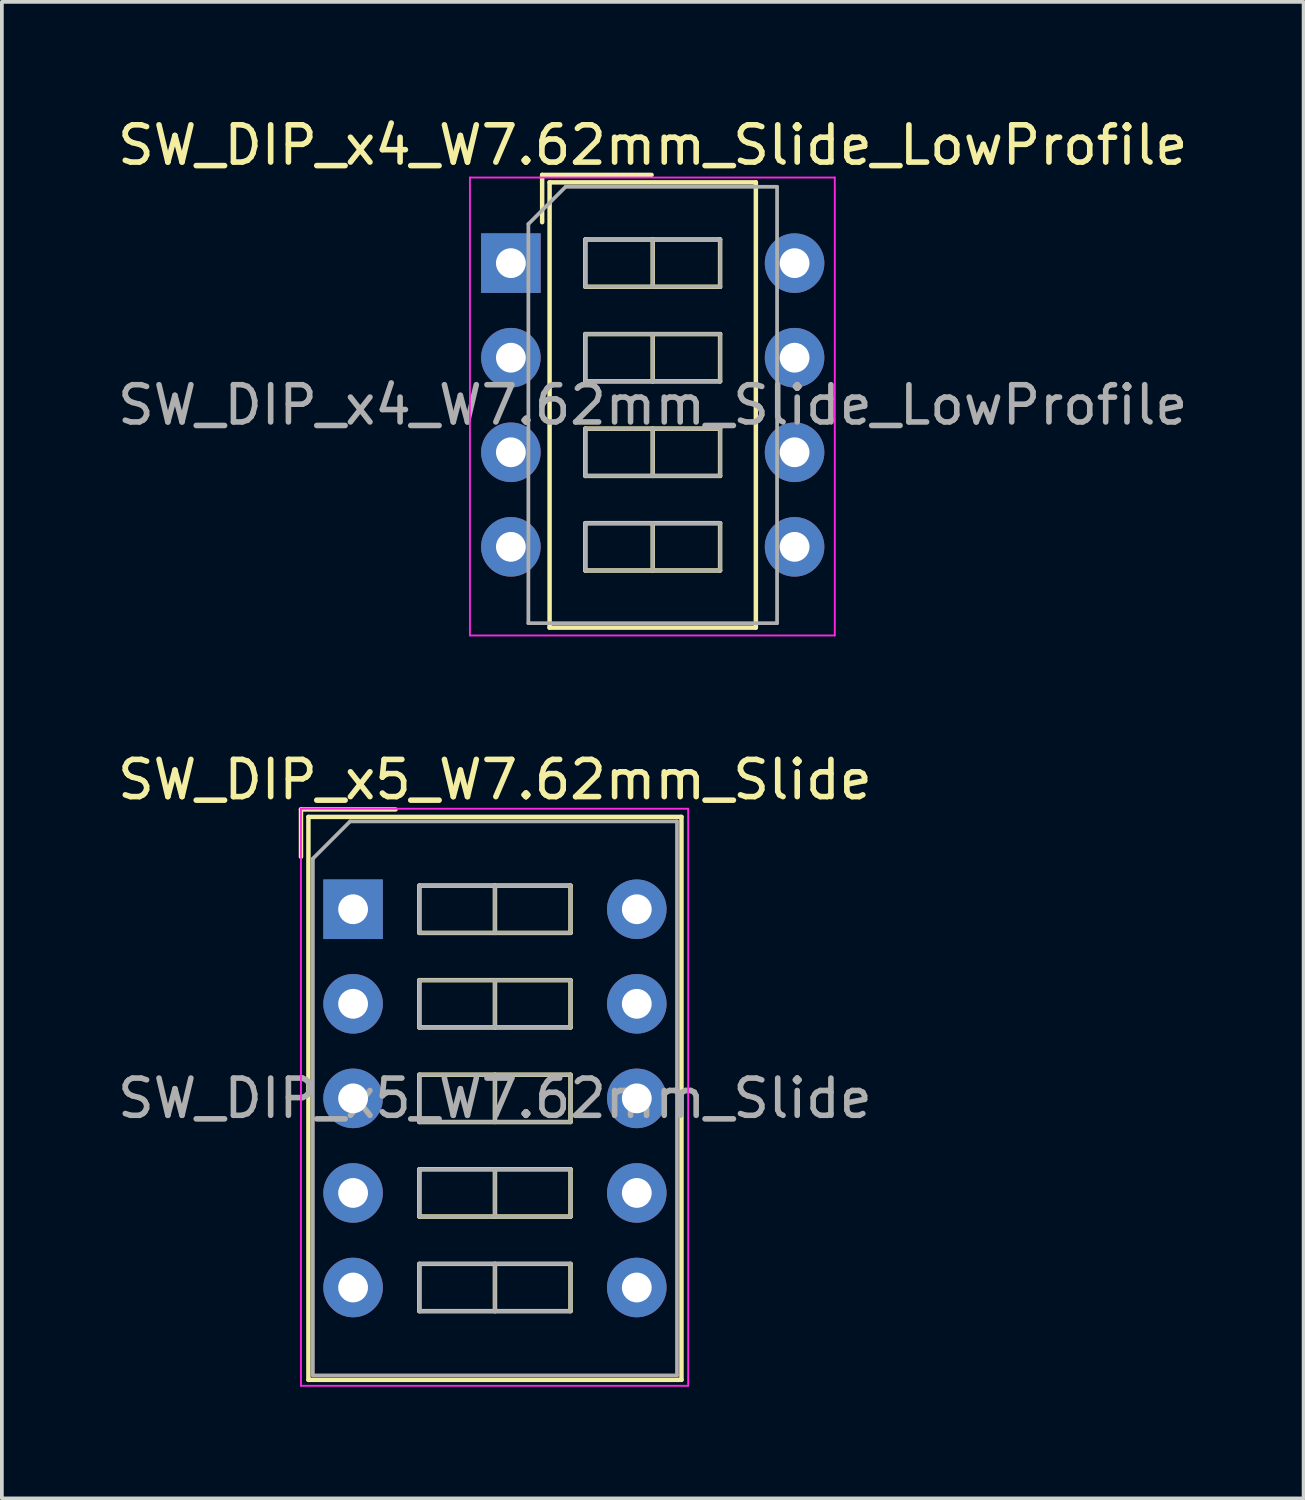
<source format=kicad_pcb>
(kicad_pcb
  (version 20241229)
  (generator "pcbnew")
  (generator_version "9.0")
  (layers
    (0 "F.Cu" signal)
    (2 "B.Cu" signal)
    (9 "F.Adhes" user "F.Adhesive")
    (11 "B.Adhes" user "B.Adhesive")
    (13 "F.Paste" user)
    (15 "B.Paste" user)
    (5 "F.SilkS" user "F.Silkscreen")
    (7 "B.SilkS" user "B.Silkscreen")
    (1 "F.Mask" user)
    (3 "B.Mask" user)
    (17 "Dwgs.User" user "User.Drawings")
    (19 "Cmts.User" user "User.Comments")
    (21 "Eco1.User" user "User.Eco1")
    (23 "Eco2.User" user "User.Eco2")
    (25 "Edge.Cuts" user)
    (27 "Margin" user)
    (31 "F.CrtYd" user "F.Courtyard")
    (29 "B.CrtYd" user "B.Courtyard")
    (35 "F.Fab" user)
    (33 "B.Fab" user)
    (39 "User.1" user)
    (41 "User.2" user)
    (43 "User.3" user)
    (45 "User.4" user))
  (footprint "SW_DIP_x4_W7.62mm_Slide_LowProfile"
    (layer "F.Cu")
    (at 10.672 4.018)
    (property "Reference" "SW_DIP_x4_W7.62mm_Slide_LowProfile" (at 3.81 -3.17 0) (layer "F.SilkS") (effects (font (size 1 1) (thickness 0.15))))
    (attr through_hole)
    (fp_line (start 0.84 -2.37) (end 0.84 -1.1) (stroke (width 0.12) (type solid)) (layer "F.SilkS"))
    (fp_line (start 0.84 -2.37) (end 3.78 -2.37) (stroke (width 0.12) (type solid)) (layer "F.SilkS"))
    (fp_line (start 1.04 -2.17) (end 6.58 -2.17) (stroke (width 0.12) (type solid)) (layer "F.SilkS"))
    (fp_line (start 1.04 9.79) (end 1.04 -2.17) (stroke (width 0.12) (type solid)) (layer "F.SilkS"))
    (fp_line (start 2 -0.635) (end 2 0.635) (stroke (width 0.12) (type solid)) (layer "F.SilkS"))
    (fp_line (start 2 0.635) (end 5.62 0.635) (stroke (width 0.12) (type solid)) (layer "F.SilkS"))
    (fp_line (start 2 1.905) (end 2 3.175) (stroke (width 0.12) (type solid)) (layer "F.SilkS"))
    (fp_line (start 2 3.175) (end 5.62 3.175) (stroke (width 0.12) (type solid)) (layer "F.SilkS"))
    (fp_line (start 2 4.445) (end 2 5.715) (stroke (width 0.12) (type solid)) (layer "F.SilkS"))
    (fp_line (start 2 5.715) (end 5.62 5.715) (stroke (width 0.12) (type solid)) (layer "F.SilkS"))
    (fp_line (start 2 6.985) (end 2 8.255) (stroke (width 0.12) (type solid)) (layer "F.SilkS"))
    (fp_line (start 2 8.255) (end 5.62 8.255) (stroke (width 0.12) (type solid)) (layer "F.SilkS"))
    (fp_line (start 3.81 -0.635) (end 3.81 0.635) (stroke (width 0.12) (type solid)) (layer "F.SilkS"))
    (fp_line (start 3.81 1.905) (end 3.81 3.175) (stroke (width 0.12) (type solid)) (layer "F.SilkS"))
    (fp_line (start 3.81 4.445) (end 3.81 5.715) (stroke (width 0.12) (type solid)) (layer "F.SilkS"))
    (fp_line (start 3.81 6.985) (end 3.81 8.255) (stroke (width 0.12) (type solid)) (layer "F.SilkS"))
    (fp_line (start 5.62 -0.635) (end 2 -0.635) (stroke (width 0.12) (type solid)) (layer "F.SilkS"))
    (fp_line (start 5.62 0.635) (end 5.62 -0.635) (stroke (width 0.12) (type solid)) (layer "F.SilkS"))
    (fp_line (start 5.62 1.905) (end 2 1.905) (stroke (width 0.12) (type solid)) (layer "F.SilkS"))
    (fp_line (start 5.62 3.175) (end 5.62 1.905) (stroke (width 0.12) (type solid)) (layer "F.SilkS"))
    (fp_line (start 5.62 4.445) (end 2 4.445) (stroke (width 0.12) (type solid)) (layer "F.SilkS"))
    (fp_line (start 5.62 5.715) (end 5.62 4.445) (stroke (width 0.12) (type solid)) (layer "F.SilkS"))
    (fp_line (start 5.62 6.985) (end 2 6.985) (stroke (width 0.12) (type solid)) (layer "F.SilkS"))
    (fp_line (start 5.62 8.255) (end 5.62 6.985) (stroke (width 0.12) (type solid)) (layer "F.SilkS"))
    (fp_line (start 6.58 -2.17) (end 6.58 9.79) (stroke (width 0.12) (type solid)) (layer "F.SilkS"))
    (fp_line (start 6.58 9.79) (end 1.04 9.79) (stroke (width 0.12) (type solid)) (layer "F.SilkS"))
    (fp_line (start -1.1 -2.3) (end -1.1 10) (stroke (width 0.05) (type solid)) (layer "F.CrtYd"))
    (fp_line (start -1.1 10) (end 8.7 10) (stroke (width 0.05) (type solid)) (layer "F.CrtYd"))
    (fp_line (start 8.7 -2.3) (end -1.1 -2.3) (stroke (width 0.05) (type solid)) (layer "F.CrtYd"))
    (fp_line (start 8.7 10) (end 8.7 -2.3) (stroke (width 0.05) (type solid)) (layer "F.CrtYd"))
    (fp_line (start 0.47 -1.05) (end 1.47 -2.05) (stroke (width 0.1) (type solid)) (layer "F.Fab"))
    (fp_line (start 0.47 9.67) (end 0.47 -1.05) (stroke (width 0.1) (type solid)) (layer "F.Fab"))
    (fp_line (start 1.47 -2.05) (end 7.15 -2.05) (stroke (width 0.1) (type solid)) (layer "F.Fab"))
    (fp_line (start 2 -0.635) (end 2 0.635) (stroke (width 0.1) (type solid)) (layer "F.Fab"))
    (fp_line (start 2 0.635) (end 5.62 0.635) (stroke (width 0.1) (type solid)) (layer "F.Fab"))
    (fp_line (start 2 1.905) (end 2 3.175) (stroke (width 0.1) (type solid)) (layer "F.Fab"))
    (fp_line (start 2 3.175) (end 5.62 3.175) (stroke (width 0.1) (type solid)) (layer "F.Fab"))
    (fp_line (start 2 4.445) (end 2 5.715) (stroke (width 0.1) (type solid)) (layer "F.Fab"))
    (fp_line (start 2 5.715) (end 5.62 5.715) (stroke (width 0.1) (type solid)) (layer "F.Fab"))
    (fp_line (start 2 6.985) (end 2 8.255) (stroke (width 0.1) (type solid)) (layer "F.Fab"))
    (fp_line (start 2 8.255) (end 5.62 8.255) (stroke (width 0.1) (type solid)) (layer "F.Fab"))
    (fp_line (start 3.81 -0.635) (end 3.81 0.635) (stroke (width 0.1) (type solid)) (layer "F.Fab"))
    (fp_line (start 3.81 1.905) (end 3.81 3.175) (stroke (width 0.1) (type solid)) (layer "F.Fab"))
    (fp_line (start 3.81 4.445) (end 3.81 5.715) (stroke (width 0.1) (type solid)) (layer "F.Fab"))
    (fp_line (start 3.81 6.985) (end 3.81 8.255) (stroke (width 0.1) (type solid)) (layer "F.Fab"))
    (fp_line (start 5.62 -0.635) (end 2 -0.635) (stroke (width 0.1) (type solid)) (layer "F.Fab"))
    (fp_line (start 5.62 0.635) (end 5.62 -0.635) (stroke (width 0.1) (type solid)) (layer "F.Fab"))
    (fp_line (start 5.62 1.905) (end 2 1.905) (stroke (width 0.1) (type solid)) (layer "F.Fab"))
    (fp_line (start 5.62 3.175) (end 5.62 1.905) (stroke (width 0.1) (type solid)) (layer "F.Fab"))
    (fp_line (start 5.62 4.445) (end 2 4.445) (stroke (width 0.1) (type solid)) (layer "F.Fab"))
    (fp_line (start 5.62 5.715) (end 5.62 4.445) (stroke (width 0.1) (type solid)) (layer "F.Fab"))
    (fp_line (start 5.62 6.985) (end 2 6.985) (stroke (width 0.1) (type solid)) (layer "F.Fab"))
    (fp_line (start 5.62 8.255) (end 5.62 6.985) (stroke (width 0.1) (type solid)) (layer "F.Fab"))
    (fp_line (start 7.15 -2.05) (end 7.15 9.67) (stroke (width 0.1) (type solid)) (layer "F.Fab"))
    (fp_line (start 7.15 9.67) (end 0.47 9.67) (stroke (width 0.1) (type solid)) (layer "F.Fab"))
    (fp_text user "${REFERENCE}" (at 3.81 3.81 0) (layer "F.Fab") (effects (font (size 1 1) (thickness 0.15))))
    (pad "1" thru_hole rect (at 0 0) (size 1.6 1.6) (drill 0.8) (layers "*.Cu" "*.Mask"))
    (pad "2" thru_hole oval (at 0 2.54) (size 1.6 1.6) (drill 0.8) (layers "*.Cu" "*.Mask"))
    (pad "3" thru_hole oval (at 0 5.08) (size 1.6 1.6) (drill 0.8) (layers "*.Cu" "*.Mask"))
    (pad "4" thru_hole oval (at 0 7.62) (size 1.6 1.6) (drill 0.8) (layers "*.Cu" "*.Mask"))
    (pad "5" thru_hole oval (at 7.62 7.62) (size 1.6 1.6) (drill 0.8) (layers "*.Cu" "*.Mask"))
    (pad "6" thru_hole oval (at 7.62 5.08) (size 1.6 1.6) (drill 0.8) (layers "*.Cu" "*.Mask"))
    (pad "7" thru_hole oval (at 7.62 2.54) (size 1.6 1.6) (drill 0.8) (layers "*.Cu" "*.Mask"))
    (pad "8" thru_hole oval (at 7.62 0) (size 1.6 1.6) (drill 0.8) (layers "*.Cu" "*.Mask")))
  (footprint "SW_DIP_x5_W7.62mm_Slide"
    (layer "F.Cu")
    (at 6.434 21.372)
    (property "Reference" "SW_DIP_x5_W7.62mm_Slide" (at 3.81 -3.48 0) (layer "F.SilkS") (effects (font (size 1 1) (thickness 0.15))))
    (attr through_hole)
    (fp_line (start -1.4 -2.68) (end -1.4 -1.41) (stroke (width 0.12) (type solid)) (layer "F.SilkS"))
    (fp_line (start -1.4 -2.68) (end 1.14 -2.68) (stroke (width 0.12) (type solid)) (layer "F.SilkS"))
    (fp_line (start -1.2 -2.48) (end 8.82 -2.48) (stroke (width 0.12) (type solid)) (layer "F.SilkS"))
    (fp_line (start -1.2 12.64) (end -1.2 -2.48) (stroke (width 0.12) (type solid)) (layer "F.SilkS"))
    (fp_line (start 1.78 -0.635) (end 1.78 0.635) (stroke (width 0.12) (type solid)) (layer "F.SilkS"))
    (fp_line (start 1.78 0.635) (end 5.84 0.635) (stroke (width 0.12) (type solid)) (layer "F.SilkS"))
    (fp_line (start 1.78 1.905) (end 1.78 3.175) (stroke (width 0.12) (type solid)) (layer "F.SilkS"))
    (fp_line (start 1.78 3.175) (end 5.84 3.175) (stroke (width 0.12) (type solid)) (layer "F.SilkS"))
    (fp_line (start 1.78 4.445) (end 1.78 5.715) (stroke (width 0.12) (type solid)) (layer "F.SilkS"))
    (fp_line (start 1.78 5.715) (end 5.84 5.715) (stroke (width 0.12) (type solid)) (layer "F.SilkS"))
    (fp_line (start 1.78 6.985) (end 1.78 8.255) (stroke (width 0.12) (type solid)) (layer "F.SilkS"))
    (fp_line (start 1.78 8.255) (end 5.84 8.255) (stroke (width 0.12) (type solid)) (layer "F.SilkS"))
    (fp_line (start 1.78 9.525) (end 1.78 10.795) (stroke (width 0.12) (type solid)) (layer "F.SilkS"))
    (fp_line (start 1.78 10.795) (end 5.84 10.795) (stroke (width 0.12) (type solid)) (layer "F.SilkS"))
    (fp_line (start 3.81 -0.635) (end 3.81 0.635) (stroke (width 0.12) (type solid)) (layer "F.SilkS"))
    (fp_line (start 3.81 1.905) (end 3.81 3.175) (stroke (width 0.12) (type solid)) (layer "F.SilkS"))
    (fp_line (start 3.81 4.445) (end 3.81 5.715) (stroke (width 0.12) (type solid)) (layer "F.SilkS"))
    (fp_line (start 3.81 6.985) (end 3.81 8.255) (stroke (width 0.12) (type solid)) (layer "F.SilkS"))
    (fp_line (start 3.81 9.525) (end 3.81 10.795) (stroke (width 0.12) (type solid)) (layer "F.SilkS"))
    (fp_line (start 5.84 -0.635) (end 1.78 -0.635) (stroke (width 0.12) (type solid)) (layer "F.SilkS"))
    (fp_line (start 5.84 0.635) (end 5.84 -0.635) (stroke (width 0.12) (type solid)) (layer "F.SilkS"))
    (fp_line (start 5.84 1.905) (end 1.78 1.905) (stroke (width 0.12) (type solid)) (layer "F.SilkS"))
    (fp_line (start 5.84 3.175) (end 5.84 1.905) (stroke (width 0.12) (type solid)) (layer "F.SilkS"))
    (fp_line (start 5.84 4.445) (end 1.78 4.445) (stroke (width 0.12) (type solid)) (layer "F.SilkS"))
    (fp_line (start 5.84 5.715) (end 5.84 4.445) (stroke (width 0.12) (type solid)) (layer "F.SilkS"))
    (fp_line (start 5.84 6.985) (end 1.78 6.985) (stroke (width 0.12) (type solid)) (layer "F.SilkS"))
    (fp_line (start 5.84 8.255) (end 5.84 6.985) (stroke (width 0.12) (type solid)) (layer "F.SilkS"))
    (fp_line (start 5.84 9.525) (end 1.78 9.525) (stroke (width 0.12) (type solid)) (layer "F.SilkS"))
    (fp_line (start 5.84 10.795) (end 5.84 9.525) (stroke (width 0.12) (type solid)) (layer "F.SilkS"))
    (fp_line (start 8.82 -2.48) (end 8.82 12.64) (stroke (width 0.12) (type solid)) (layer "F.SilkS"))
    (fp_line (start 8.82 12.64) (end -1.2 12.64) (stroke (width 0.12) (type solid)) (layer "F.SilkS"))
    (fp_line (start -1.4 -2.7) (end -1.4 12.8) (stroke (width 0.05) (type solid)) (layer "F.CrtYd"))
    (fp_line (start -1.4 12.8) (end 9 12.8) (stroke (width 0.05) (type solid)) (layer "F.CrtYd"))
    (fp_line (start 9 -2.7) (end -1.4 -2.7) (stroke (width 0.05) (type solid)) (layer "F.CrtYd"))
    (fp_line (start 9 12.8) (end 9 -2.7) (stroke (width 0.05) (type solid)) (layer "F.CrtYd"))
    (fp_line (start -1.08 -1.36) (end -0.08 -2.36) (stroke (width 0.1) (type solid)) (layer "F.Fab"))
    (fp_line (start -1.08 12.52) (end -1.08 -1.36) (stroke (width 0.1) (type solid)) (layer "F.Fab"))
    (fp_line (start -0.08 -2.36) (end 8.7 -2.36) (stroke (width 0.1) (type solid)) (layer "F.Fab"))
    (fp_line (start 1.78 -0.635) (end 1.78 0.635) (stroke (width 0.1) (type solid)) (layer "F.Fab"))
    (fp_line (start 1.78 0.635) (end 5.84 0.635) (stroke (width 0.1) (type solid)) (layer "F.Fab"))
    (fp_line (start 1.78 1.905) (end 1.78 3.175) (stroke (width 0.1) (type solid)) (layer "F.Fab"))
    (fp_line (start 1.78 3.175) (end 5.84 3.175) (stroke (width 0.1) (type solid)) (layer "F.Fab"))
    (fp_line (start 1.78 4.445) (end 1.78 5.715) (stroke (width 0.1) (type solid)) (layer "F.Fab"))
    (fp_line (start 1.78 5.715) (end 5.84 5.715) (stroke (width 0.1) (type solid)) (layer "F.Fab"))
    (fp_line (start 1.78 6.985) (end 1.78 8.255) (stroke (width 0.1) (type solid)) (layer "F.Fab"))
    (fp_line (start 1.78 8.255) (end 5.84 8.255) (stroke (width 0.1) (type solid)) (layer "F.Fab"))
    (fp_line (start 1.78 9.525) (end 1.78 10.795) (stroke (width 0.1) (type solid)) (layer "F.Fab"))
    (fp_line (start 1.78 10.795) (end 5.84 10.795) (stroke (width 0.1) (type solid)) (layer "F.Fab"))
    (fp_line (start 3.81 -0.635) (end 3.81 0.635) (stroke (width 0.1) (type solid)) (layer "F.Fab"))
    (fp_line (start 3.81 1.905) (end 3.81 3.175) (stroke (width 0.1) (type solid)) (layer "F.Fab"))
    (fp_line (start 3.81 4.445) (end 3.81 5.715) (stroke (width 0.1) (type solid)) (layer "F.Fab"))
    (fp_line (start 3.81 6.985) (end 3.81 8.255) (stroke (width 0.1) (type solid)) (layer "F.Fab"))
    (fp_line (start 3.81 9.525) (end 3.81 10.795) (stroke (width 0.1) (type solid)) (layer "F.Fab"))
    (fp_line (start 5.84 -0.635) (end 1.78 -0.635) (stroke (width 0.1) (type solid)) (layer "F.Fab"))
    (fp_line (start 5.84 0.635) (end 5.84 -0.635) (stroke (width 0.1) (type solid)) (layer "F.Fab"))
    (fp_line (start 5.84 1.905) (end 1.78 1.905) (stroke (width 0.1) (type solid)) (layer "F.Fab"))
    (fp_line (start 5.84 3.175) (end 5.84 1.905) (stroke (width 0.1) (type solid)) (layer "F.Fab"))
    (fp_line (start 5.84 4.445) (end 1.78 4.445) (stroke (width 0.1) (type solid)) (layer "F.Fab"))
    (fp_line (start 5.84 5.715) (end 5.84 4.445) (stroke (width 0.1) (type solid)) (layer "F.Fab"))
    (fp_line (start 5.84 6.985) (end 1.78 6.985) (stroke (width 0.1) (type solid)) (layer "F.Fab"))
    (fp_line (start 5.84 8.255) (end 5.84 6.985) (stroke (width 0.1) (type solid)) (layer "F.Fab"))
    (fp_line (start 5.84 9.525) (end 1.78 9.525) (stroke (width 0.1) (type solid)) (layer "F.Fab"))
    (fp_line (start 5.84 10.795) (end 5.84 9.525) (stroke (width 0.1) (type solid)) (layer "F.Fab"))
    (fp_line (start 8.7 -2.36) (end 8.7 12.52) (stroke (width 0.1) (type solid)) (layer "F.Fab"))
    (fp_line (start 8.7 12.52) (end -1.08 12.52) (stroke (width 0.1) (type solid)) (layer "F.Fab"))
    (fp_text user "${REFERENCE}" (at 3.81 5.08 0) (layer "F.Fab") (effects (font (size 1 1) (thickness 0.15))))
    (pad "1" thru_hole rect (at 0 0) (size 1.6 1.6) (drill 0.8) (layers "*.Cu" "*.Mask"))
    (pad "2" thru_hole oval (at 0 2.54) (size 1.6 1.6) (drill 0.8) (layers "*.Cu" "*.Mask"))
    (pad "3" thru_hole oval (at 0 5.08) (size 1.6 1.6) (drill 0.8) (layers "*.Cu" "*.Mask"))
    (pad "4" thru_hole oval (at 0 7.62) (size 1.6 1.6) (drill 0.8) (layers "*.Cu" "*.Mask"))
    (pad "5" thru_hole oval (at 0 10.16) (size 1.6 1.6) (drill 0.8) (layers "*.Cu" "*.Mask"))
    (pad "6" thru_hole oval (at 7.62 10.16) (size 1.6 1.6) (drill 0.8) (layers "*.Cu" "*.Mask"))
    (pad "7" thru_hole oval (at 7.62 7.62) (size 1.6 1.6) (drill 0.8) (layers "*.Cu" "*.Mask"))
    (pad "8" thru_hole oval (at 7.62 5.08) (size 1.6 1.6) (drill 0.8) (layers "*.Cu" "*.Mask"))
    (pad "9" thru_hole oval (at 7.62 2.54) (size 1.6 1.6) (drill 0.8) (layers "*.Cu" "*.Mask"))
    (pad "10" thru_hole oval (at 7.62 0) (size 1.6 1.6) (drill 0.8) (layers "*.Cu" "*.Mask")))
  (gr_rect
    (start -3 -3)
    (end 31.964 37.197)
    (stroke (width 0.1) (type default))
    (fill no)
    (layer "Edge.Cuts")))
</source>
